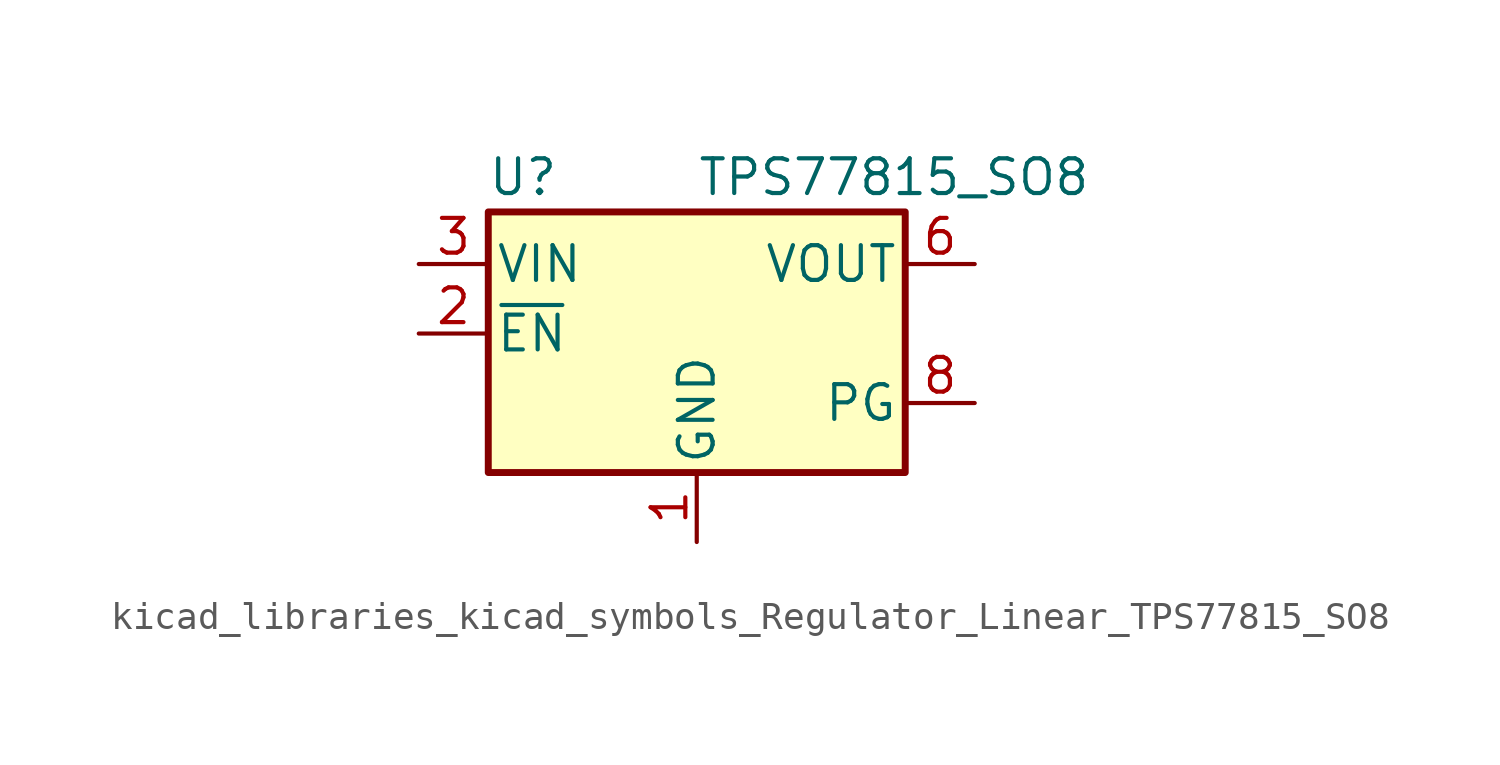
<source format=kicad_sym>
(kicad_symbol_lib
  (version 20220914)
  (generator kicad_symbol_editor)
  (symbol "kicad_libraries_kicad_symbols_Regulator_Linear_TPS77815_SO8"
    (pin_names
      (offset 0.254))
    (property "Reference" "U"
      (at -6.35 5.715 0)
      (effects (font (size 1.27 1.27))))
    (property "Value" "TPS77815_SO8"
      (at 0 5.715 0)
      (effects (font (size 1.27 1.27)) (justify left)))
    (symbol "kicad_libraries_kicad_symbols_Regulator_Linear_TPS77815_SO8_0_1"
      (rectangle (start -7.62 4.445) (end 7.62 -5.08) (stroke (width 0.254) (type default)) (fill (type background))))
    (symbol "kicad_libraries_kicad_symbols_Regulator_Linear_TPS77815_SO8_1_1"
      (pin power_in line (at 0 -7.62 90) (length 2.54) (name "GND" (effects (font (size 1.27 1.27)))) (number "1" (effects (font (size 1.27 1.27)))))
      (pin input line (at -10.16 0 0) (length 2.54) (name "~{EN}" (effects (font (size 1.27 1.27)))) (number "2" (effects (font (size 1.27 1.27)))))
      (pin power_in line (at -10.16 2.54 0) (length 2.54) (name "VIN" (effects (font (size 1.27 1.27)))) (number "3" (effects (font (size 1.27 1.27)))))
      (pin passive line (at -10.16 2.54 0) (length 2.54) hide (name "VIN" (effects (font (size 1.27 1.27)))) (number "4" (effects (font (size 1.27 1.27)))))
      (pin passive line (at 10.16 2.54 180) (length 2.54) hide (name "VOUT" (effects (font (size 1.27 1.27)))) (number "5" (effects (font (size 1.27 1.27)))))
      (pin power_out line (at 10.16 2.54 180) (length 2.54) (name "VOUT" (effects (font (size 1.27 1.27)))) (number "6" (effects (font (size 1.27 1.27)))))
      (pin no_connect line (at 7.62 0 180) (length 2.54) hide (name "NC" (effects (font (size 1.27 1.27)))) (number "7" (effects (font (size 1.27 1.27)))))
      (pin open_collector line (at 10.16 -2.54 180) (length 2.54) (name "PG" (effects (font (size 1.27 1.27)))) (number "8" (effects (font (size 1.27 1.27))))))))
</source>
